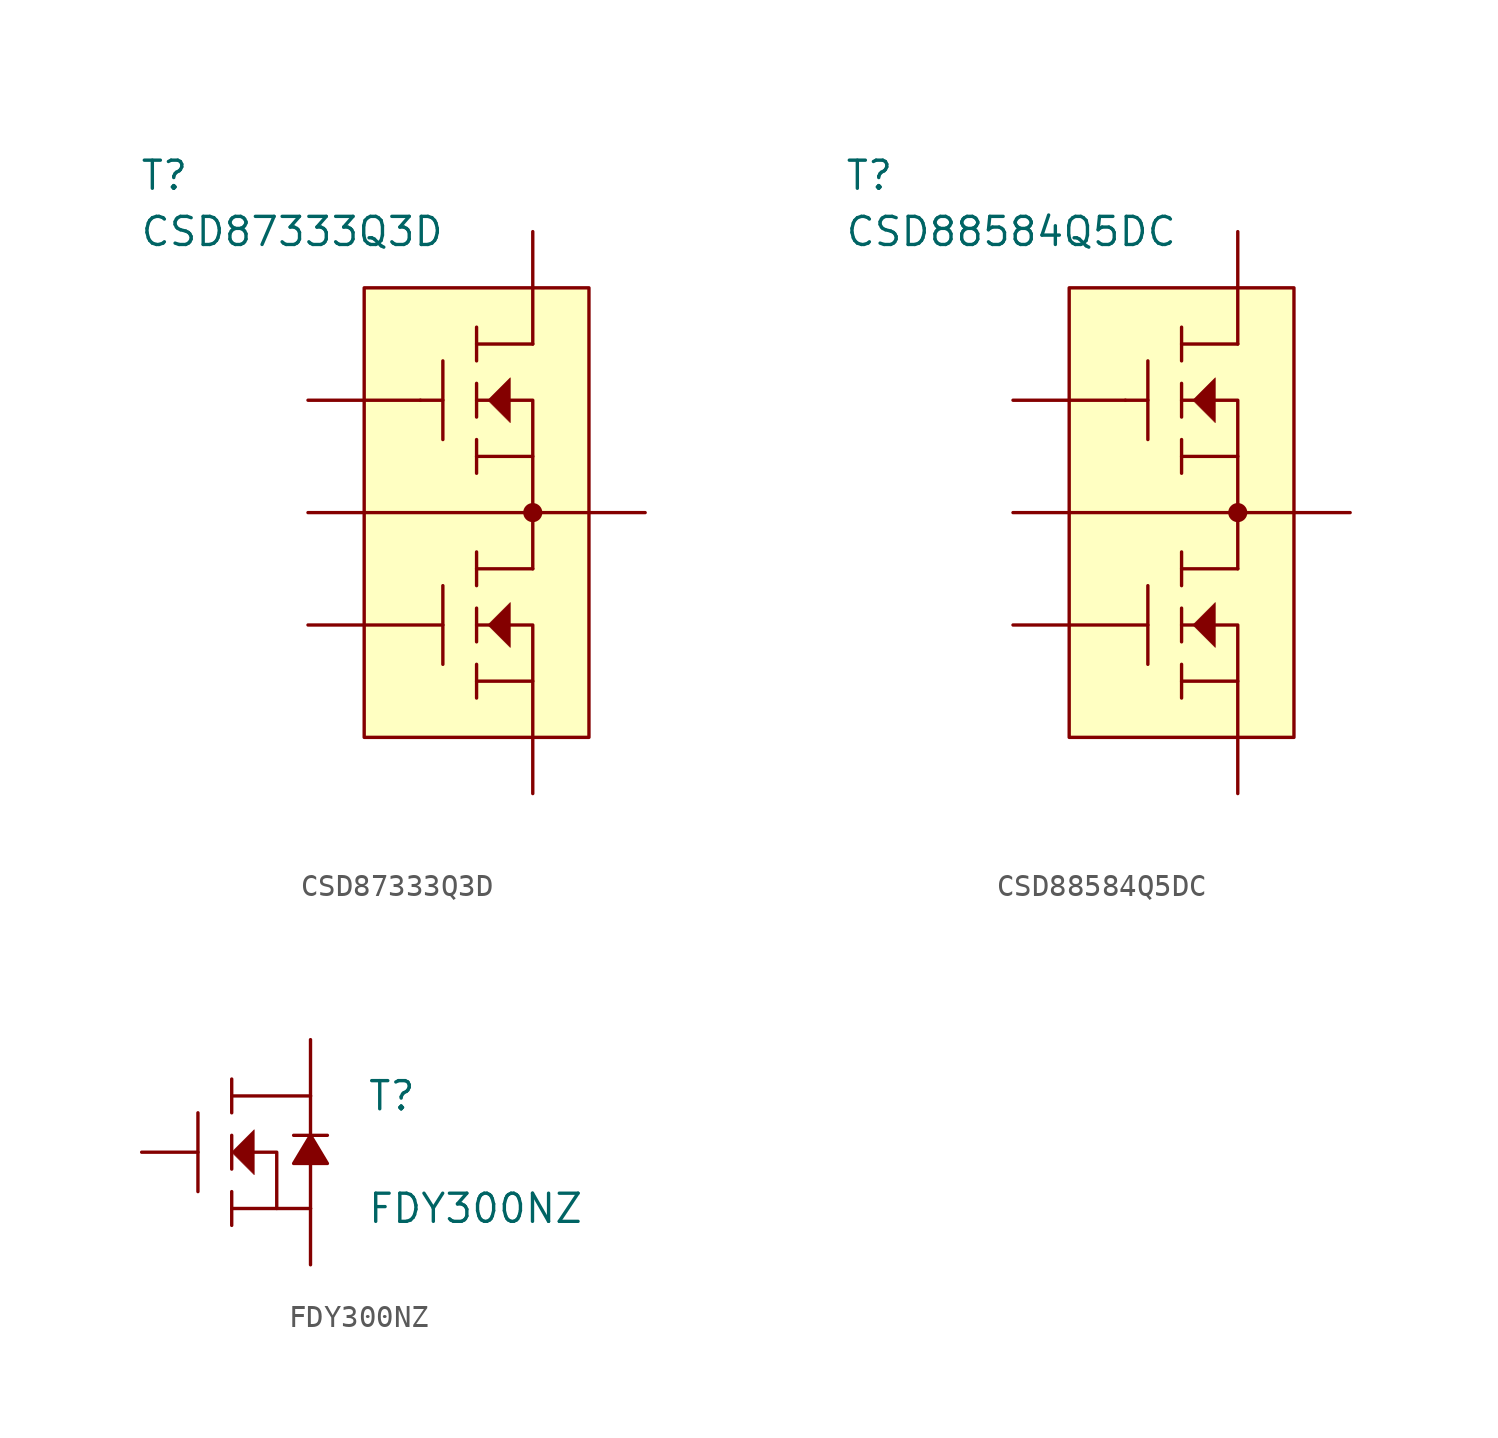
<source format=kicad_sym>
(kicad_symbol_lib
  (version 20211014)
  (generator kicad_symbol_editor)
  (symbol "CSD87333Q3D"
    (pin_numbers hide)
    (pin_names
      (offset 0.025) hide)
    (property "Reference" "T"
      (at -17.78 15.24 0)
      (effects (font (size 1.27 1.27)) (justify left)))
    (property "Value" "CSD87333Q3D"
      (at -17.78 12.7 0)
      (effects (font (size 1.27 1.27)) (justify left)))
    (symbol "CSD87333Q3D_0_1"
      (rectangle (start -7.62 10.16) (end 2.54 -10.16) (stroke (width 0) (type default) (color 0 0 0 0)) (fill (type background)))
      (polyline (pts (xy -7.62 -5.08) (xy -4.064 -5.08)) (stroke (width 0) (type default) (color 0 0 0 0)) (fill (type none)))
      (polyline (pts (xy -7.62 0) (xy 2.54 0)) (stroke (width 0) (type default) (color 0 0 0 0)) (fill (type none)))
      (polyline (pts (xy -7.62 5.08) (xy -5.08 5.08)) (stroke (width 0) (type default) (color 0 0 0 0)) (fill (type none)))
      (polyline (pts (xy -5.08 5.08) (xy -4.064 5.08)) (stroke (width 0) (type default) (color 0 0 0 0)) (fill (type none)))
      (polyline (pts (xy -4.064 -3.302) (xy -4.064 -6.858)) (stroke (width 0) (type default) (color 0 0 0 0)) (fill (type none)))
      (polyline (pts (xy -4.064 6.858) (xy -4.064 3.302)) (stroke (width 0) (type default) (color 0 0 0 0)) (fill (type none)))
      (polyline (pts (xy -2.54 -6.858) (xy -2.54 -8.382)) (stroke (width 0) (type default) (color 0 0 0 0)) (fill (type none)))
      (polyline (pts (xy -2.54 -4.318) (xy -2.54 -5.842)) (stroke (width 0) (type default) (color 0 0 0 0)) (fill (type none)))
      (polyline (pts (xy -2.54 -1.778) (xy -2.54 -3.302)) (stroke (width 0) (type default) (color 0 0 0 0)) (fill (type none)))
      (polyline (pts (xy -2.54 3.302) (xy -2.54 1.778)) (stroke (width 0) (type default) (color 0 0 0 0)) (fill (type none)))
      (polyline (pts (xy -2.54 5.842) (xy -2.54 4.318)) (stroke (width 0) (type default) (color 0 0 0 0)) (fill (type none)))
      (polyline (pts (xy -2.54 8.382) (xy -2.54 6.858)) (stroke (width 0) (type default) (color 0 0 0 0)) (fill (type none)))
      (polyline (pts (xy 0 -10.16) (xy 0 -7.62)) (stroke (width 0) (type default) (color 0 0 0 0)) (fill (type none)))
      (polyline (pts (xy 0 -2.54) (xy -2.54 -2.54)) (stroke (width 0) (type default) (color 0 0 0 0)) (fill (type none)))
      (polyline (pts (xy 0 -2.54) (xy 0 2.54)) (stroke (width 0) (type default) (color 0 0 0 0)) (fill (type none)))
      (polyline (pts (xy 0 7.62) (xy -2.54 7.62)) (stroke (width 0) (type default) (color 0 0 0 0)) (fill (type none)))
      (polyline (pts (xy 0 7.62) (xy 0 10.16)) (stroke (width 0) (type default) (color 0 0 0 0)) (fill (type none)))
      (polyline (pts (xy -2.54 -7.62) (xy 0 -7.62) (xy 0 -5.08) (xy -2.54 -5.08)) (stroke (width 0) (type default) (color 0 0 0 0)) (fill (type none)))
      (polyline (pts (xy -2.54 2.54) (xy 0 2.54) (xy 0 5.08) (xy -2.54 5.08)) (stroke (width 0) (type default) (color 0 0 0 0)) (fill (type none)))
      (polyline (pts (xy -2.032 -5.08) (xy -1.016 -4.064) (xy -1.016 -6.096) (xy -2.032 -5.08)) (stroke (width 0.025) (type default) (color 0 0 0 0)) (fill (type outline)))
      (polyline (pts (xy -2.032 5.08) (xy -1.016 6.096) (xy -1.016 4.064) (xy -2.032 5.08)) (stroke (width 0.025) (type default) (color 0 0 0 0)) (fill (type outline)))
      (circle (center 0 0) (radius 0.356) (stroke (width 0) (type default) (color 0 0 0 0)) (fill (type outline))))
    (symbol "CSD87333Q3D_1_1"
      (pin passive line (at 0 12.7 270) (length 2.54) (name "VIN" (effects (font (size 1.27 1.27)))) (number "1" (effects (font (size 1.27 1.27)))))
      (pin passive line (at 0 12.7 270) (length 2.54) hide (name "VIN" (effects (font (size 1.27 1.27)))) (number "2" (effects (font (size 1.27 1.27)))))
      (pin input line (at -10.16 5.08 0) (length 2.54) (name "TG" (effects (font (size 1.27 1.27)))) (number "3" (effects (font (size 1.27 1.27)))))
      (pin passive line (at -10.16 0 0) (length 2.54) (name "TGR" (effects (font (size 1.27 1.27)))) (number "4" (effects (font (size 1.27 1.27)))))
      (pin input line (at -10.16 -5.08 0) (length 2.54) (name "BG" (effects (font (size 1.27 1.27)))) (number "5" (effects (font (size 1.27 1.27)))))
      (pin passive line (at 5.08 0 180) (length 2.54) (name "VSW" (effects (font (size 1.27 1.27)))) (number "6" (effects (font (size 1.27 1.27)))))
      (pin passive line (at 5.08 0 180) (length 2.54) hide (name "VSW" (effects (font (size 1.27 1.27)))) (number "7" (effects (font (size 1.27 1.27)))))
      (pin passive line (at 5.08 0 180) (length 2.54) hide (name "VSW" (effects (font (size 1.27 1.27)))) (number "8" (effects (font (size 1.27 1.27)))))
      (pin passive line (at 0 -12.7 90) (length 2.54) (name "PGND" (effects (font (size 1.27 1.27)))) (number "9" (effects (font (size 1.27 1.27)))))))
  (symbol "CSD88584Q5DC"
    (pin_numbers hide)
    (pin_names
      (offset 0.025) hide)
    (property "Reference" "T"
      (at -17.78 15.24 0)
      (effects (font (size 1.27 1.27)) (justify left)))
    (property "Value" "CSD88584Q5DC"
      (at -17.78 12.7 0)
      (effects (font (size 1.27 1.27)) (justify left)))
    (symbol "CSD88584Q5DC_0_1"
      (rectangle (start -7.62 10.16) (end 2.54 -10.16) (stroke (width 0) (type default) (color 0 0 0 0)) (fill (type background)))
      (polyline (pts (xy -7.62 -5.08) (xy -4.064 -5.08)) (stroke (width 0) (type default) (color 0 0 0 0)) (fill (type none)))
      (polyline (pts (xy -7.62 0) (xy 2.54 0)) (stroke (width 0) (type default) (color 0 0 0 0)) (fill (type none)))
      (polyline (pts (xy -7.62 5.08) (xy -5.08 5.08)) (stroke (width 0) (type default) (color 0 0 0 0)) (fill (type none)))
      (polyline (pts (xy -5.08 5.08) (xy -4.064 5.08)) (stroke (width 0) (type default) (color 0 0 0 0)) (fill (type none)))
      (polyline (pts (xy -4.064 -3.302) (xy -4.064 -6.858)) (stroke (width 0) (type default) (color 0 0 0 0)) (fill (type none)))
      (polyline (pts (xy -4.064 6.858) (xy -4.064 3.302)) (stroke (width 0) (type default) (color 0 0 0 0)) (fill (type none)))
      (polyline (pts (xy -2.54 -6.858) (xy -2.54 -8.382)) (stroke (width 0) (type default) (color 0 0 0 0)) (fill (type none)))
      (polyline (pts (xy -2.54 -4.318) (xy -2.54 -5.842)) (stroke (width 0) (type default) (color 0 0 0 0)) (fill (type none)))
      (polyline (pts (xy -2.54 -1.778) (xy -2.54 -3.302)) (stroke (width 0) (type default) (color 0 0 0 0)) (fill (type none)))
      (polyline (pts (xy -2.54 3.302) (xy -2.54 1.778)) (stroke (width 0) (type default) (color 0 0 0 0)) (fill (type none)))
      (polyline (pts (xy -2.54 5.842) (xy -2.54 4.318)) (stroke (width 0) (type default) (color 0 0 0 0)) (fill (type none)))
      (polyline (pts (xy -2.54 8.382) (xy -2.54 6.858)) (stroke (width 0) (type default) (color 0 0 0 0)) (fill (type none)))
      (polyline (pts (xy 0 -10.16) (xy 0 -7.62)) (stroke (width 0) (type default) (color 0 0 0 0)) (fill (type none)))
      (polyline (pts (xy 0 -2.54) (xy -2.54 -2.54)) (stroke (width 0) (type default) (color 0 0 0 0)) (fill (type none)))
      (polyline (pts (xy 0 -2.54) (xy 0 2.54)) (stroke (width 0) (type default) (color 0 0 0 0)) (fill (type none)))
      (polyline (pts (xy 0 7.62) (xy -2.54 7.62)) (stroke (width 0) (type default) (color 0 0 0 0)) (fill (type none)))
      (polyline (pts (xy 0 7.62) (xy 0 10.16)) (stroke (width 0) (type default) (color 0 0 0 0)) (fill (type none)))
      (polyline (pts (xy -2.54 -7.62) (xy 0 -7.62) (xy 0 -5.08) (xy -2.54 -5.08)) (stroke (width 0) (type default) (color 0 0 0 0)) (fill (type none)))
      (polyline (pts (xy -2.54 2.54) (xy 0 2.54) (xy 0 5.08) (xy -2.54 5.08)) (stroke (width 0) (type default) (color 0 0 0 0)) (fill (type none)))
      (polyline (pts (xy -2.032 -5.08) (xy -1.016 -4.064) (xy -1.016 -6.096) (xy -2.032 -5.08)) (stroke (width 0.025) (type default) (color 0 0 0 0)) (fill (type outline)))
      (polyline (pts (xy -2.032 5.08) (xy -1.016 6.096) (xy -1.016 4.064) (xy -2.032 5.08)) (stroke (width 0.025) (type default) (color 0 0 0 0)) (fill (type outline)))
      (circle (center 0 0) (radius 0.356) (stroke (width 0) (type default) (color 0 0 0 0)) (fill (type outline))))
    (symbol "CSD88584Q5DC_1_1"
      (pin input line (at -10.16 5.08 0) (length 2.54) (name "GH" (effects (font (size 1.27 1.27)))) (number "1" (effects (font (size 1.27 1.27)))))
      (pin passive line (at 5.08 0 180) (length 0) hide (name "VSW" (effects (font (size 1.27 1.27)))) (number "10" (effects (font (size 1.27 1.27)))))
      (pin passive line (at 5.08 0 180) (length 0) hide (name "VSW" (effects (font (size 1.27 1.27)))) (number "11" (effects (font (size 1.27 1.27)))))
      (pin passive line (at 0 -12.7 90) (length 2.54) hide (name "PGND" (effects (font (size 1.27 1.27)))) (number "12" (effects (font (size 1.27 1.27)))))
      (pin passive line (at 0 -12.7 90) (length 2.54) hide (name "PGND" (effects (font (size 1.27 1.27)))) (number "13" (effects (font (size 1.27 1.27)))))
      (pin passive line (at 0 -12.7 90) (length 2.54) hide (name "PGND" (effects (font (size 1.27 1.27)))) (number "14" (effects (font (size 1.27 1.27)))))
      (pin passive line (at 0 -12.7 90) (length 2.54) hide (name "PGND" (effects (font (size 1.27 1.27)))) (number "15" (effects (font (size 1.27 1.27)))))
      (pin passive line (at 0 -12.7 90) (length 2.54) hide (name "PGND" (effects (font (size 1.27 1.27)))) (number "16" (effects (font (size 1.27 1.27)))))
      (pin passive line (at 0 -12.7 90) (length 2.54) hide (name "PGND" (effects (font (size 1.27 1.27)))) (number "17" (effects (font (size 1.27 1.27)))))
      (pin passive line (at 0 -12.7 90) (length 2.54) hide (name "PGND" (effects (font (size 1.27 1.27)))) (number "18" (effects (font (size 1.27 1.27)))))
      (pin passive line (at 0 -12.7 90) (length 2.54) hide (name "PGND" (effects (font (size 1.27 1.27)))) (number "19" (effects (font (size 1.27 1.27)))))
      (pin passive line (at -10.16 0 0) (length 2.54) (name "SH" (effects (font (size 1.27 1.27)))) (number "2" (effects (font (size 1.27 1.27)))))
      (pin passive line (at 0 -12.7 90) (length 2.54) (name "PGND" (effects (font (size 1.27 1.27)))) (number "20" (effects (font (size 1.27 1.27)))))
      (pin input line (at -10.16 -5.08 0) (length 2.54) (name "GL" (effects (font (size 1.27 1.27)))) (number "22" (effects (font (size 1.27 1.27)))))
      (pin passive line (at 0 12.7 270) (length 2.54) (name "VIN" (effects (font (size 1.27 1.27)))) (number "27" (effects (font (size 1.27 1.27)))))
      (pin passive line (at 5.08 0 180) (length 2.54) (name "VSW" (effects (font (size 1.27 1.27)))) (number "3" (effects (font (size 1.27 1.27)))))
      (pin passive line (at 5.08 0 180) (length 0) hide (name "VSW" (effects (font (size 1.27 1.27)))) (number "4" (effects (font (size 1.27 1.27)))))
      (pin passive line (at 5.08 0 180) (length 0) hide (name "VSW" (effects (font (size 1.27 1.27)))) (number "5" (effects (font (size 1.27 1.27)))))
      (pin passive line (at 5.08 0 180) (length 0) hide (name "VSW" (effects (font (size 1.27 1.27)))) (number "6" (effects (font (size 1.27 1.27)))))
      (pin passive line (at 5.08 0 180) (length 0) hide (name "VSW" (effects (font (size 1.27 1.27)))) (number "7" (effects (font (size 1.27 1.27)))))
      (pin passive line (at 5.08 0 180) (length 0) hide (name "VSW" (effects (font (size 1.27 1.27)))) (number "8" (effects (font (size 1.27 1.27)))))
      (pin passive line (at 5.08 0 180) (length 0) hide (name "VSW" (effects (font (size 1.27 1.27)))) (number "9" (effects (font (size 1.27 1.27)))))))
  (symbol "FDY300NZ"
    (pin_numbers hide)
    (pin_names
      (offset 0) hide)
    (property "Reference" "T"
      (at 5.08 2.54 0)
      (effects (font (size 1.27 1.27)) (justify left)))
    (property "Value" "FDY300NZ"
      (at 5.08 -2.54 0)
      (effects (font (size 1.27 1.27)) (justify left)))
    (symbol "FDY300NZ_0_1"
      (polyline (pts (xy -2.54 1.778) (xy -2.54 -1.778)) (stroke (width 0) (type default) (color 0 0 0 0)) (fill (type none)))
      (polyline (pts (xy -1.016 -2.54) (xy 2.54 -2.54)) (stroke (width 0) (type default) (color 0 0 0 0)) (fill (type none)))
      (polyline (pts (xy -1.016 -1.778) (xy -1.016 -3.302)) (stroke (width 0) (type default) (color 0 0 0 0)) (fill (type none)))
      (polyline (pts (xy -1.016 0.762) (xy -1.016 -0.762)) (stroke (width 0) (type default) (color 0 0 0 0)) (fill (type none)))
      (polyline (pts (xy -1.016 2.54) (xy 2.54 2.54)) (stroke (width 0) (type default) (color 0 0 0 0)) (fill (type none)))
      (polyline (pts (xy -1.016 3.302) (xy -1.016 1.778)) (stroke (width 0) (type default) (color 0 0 0 0)) (fill (type none)))
      (polyline (pts (xy 0 0) (xy 1.016 0) (xy 1.016 -2.54)) (stroke (width 0) (type default) (color 0 0 0 0)) (fill (type none)))
      (polyline (pts (xy -1.016 0) (xy 0 1.016) (xy 0 -1.016) (xy -1.016 0)) (stroke (width 0.025) (type default) (color 0 0 0 0)) (fill (type outline))))
    (symbol "FDY300NZ_1_1"
      (polyline (pts (xy 1.778 0.762) (xy 3.302 0.762)) (stroke (width 0) (type default) (color 0 0 0 0)) (fill (type none)))
      (polyline (pts (xy 2.54 -0.508) (xy 2.54 -2.54)) (stroke (width 0) (type default) (color 0 0 0 0)) (fill (type none)))
      (polyline (pts (xy 2.54 0.762) (xy 2.54 2.54)) (stroke (width 0) (type default) (color 0 0 0 0)) (fill (type none)))
      (polyline (pts (xy 2.54 0.762) (xy 1.778 -0.508) (xy 3.302 -0.508) (xy 2.54 0.762)) (stroke (width 0) (type default) (color 0 0 0 0)) (fill (type outline)))
      (pin input line (at -5.08 0 0) (length 2.54) (name "G" (effects (font (size 1.27 1.27)))) (number "1" (effects (font (size 1.27 1.27)))))
      (pin input line (at 2.54 -5.08 90) (length 2.54) (name "S" (effects (font (size 1.27 1.27)))) (number "2" (effects (font (size 1.27 1.27)))))
      (pin input line (at 2.54 5.08 270) (length 2.54) (name "D" (effects (font (size 1.27 1.27)))) (number "3" (effects (font (size 1.27 1.27))))))))
</source>
